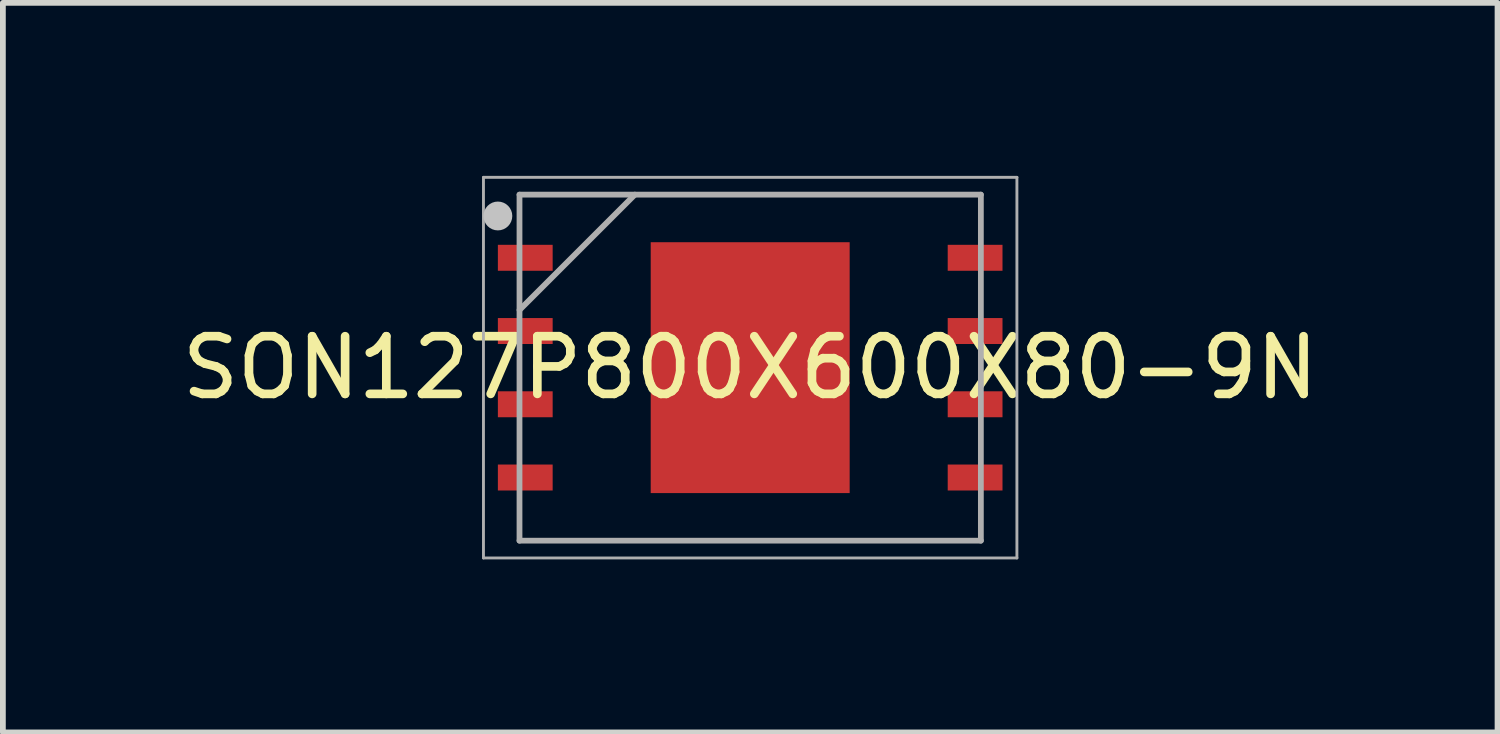
<source format=kicad_pcb>
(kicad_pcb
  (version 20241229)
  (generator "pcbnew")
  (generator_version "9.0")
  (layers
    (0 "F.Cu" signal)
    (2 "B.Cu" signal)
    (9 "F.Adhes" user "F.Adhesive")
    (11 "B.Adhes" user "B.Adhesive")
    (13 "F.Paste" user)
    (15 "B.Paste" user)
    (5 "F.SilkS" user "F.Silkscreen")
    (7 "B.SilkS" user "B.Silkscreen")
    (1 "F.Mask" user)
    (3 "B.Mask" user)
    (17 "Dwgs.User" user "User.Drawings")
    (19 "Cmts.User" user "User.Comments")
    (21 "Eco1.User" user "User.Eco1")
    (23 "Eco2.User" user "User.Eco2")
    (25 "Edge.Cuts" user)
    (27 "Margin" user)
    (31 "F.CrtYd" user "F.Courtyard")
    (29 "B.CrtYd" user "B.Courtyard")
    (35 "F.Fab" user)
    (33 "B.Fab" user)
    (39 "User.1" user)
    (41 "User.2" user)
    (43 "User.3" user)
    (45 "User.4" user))
  (footprint "SON127P800X600X80-9N"
    (layer "F.Cu")
    (at 9.958 3.325)
    (property "Reference" "SON127P800X600X80-9N" (at 0 0 0) (layer "F.SilkS") (effects (font (size 1 1) (thickness 0.15))))
    (attr smd)
    (fp_circle (center -4.375 -2.63) (end -4.25 -2.63) (stroke (width 0.25) (type solid)) (fill no) (layer "Dwgs.User"))
    (fp_line (start -4.625 -3.3) (end 4.625 -3.3) (stroke (width 0.05) (type solid)) (layer "F.Fab"))
    (fp_line (start -4.625 3.3) (end -4.625 -3.3) (stroke (width 0.05) (type solid)) (layer "F.Fab"))
    (fp_line (start -4 -3) (end 4 -3) (stroke (width 0.1) (type solid)) (layer "F.Fab"))
    (fp_line (start -4 -1) (end -2 -3) (stroke (width 0.1) (type solid)) (layer "F.Fab"))
    (fp_line (start -4 3) (end -4 -3) (stroke (width 0.1) (type solid)) (layer "F.Fab"))
    (fp_line (start 4 -3) (end 4 3) (stroke (width 0.1) (type solid)) (layer "F.Fab"))
    (fp_line (start 4 3) (end -4 3) (stroke (width 0.1) (type solid)) (layer "F.Fab"))
    (fp_line (start 4.625 -3.3) (end 4.625 3.3) (stroke (width 0.05) (type solid)) (layer "F.Fab"))
    (fp_line (start 4.625 3.3) (end -4.625 3.3) (stroke (width 0.05) (type solid)) (layer "F.Fab"))
    (pad "1" smd rect (at -3.9 -1.905) (size 0.95 0.45) (layers "F.Cu" "F.Mask" "F.Paste"))
    (pad "2" smd rect (at -3.9 -0.635) (size 0.95 0.45) (layers "F.Cu" "F.Mask" "F.Paste"))
    (pad "3" smd rect (at -3.9 0.635) (size 0.95 0.45) (layers "F.Cu" "F.Mask" "F.Paste"))
    (pad "4" smd rect (at -3.9 1.905) (size 0.95 0.45) (layers "F.Cu" "F.Mask" "F.Paste"))
    (pad "5" smd rect (at 3.9 1.905) (size 0.95 0.45) (layers "F.Cu" "F.Mask" "F.Paste"))
    (pad "6" smd rect (at 3.9 0.635) (size 0.95 0.45) (layers "F.Cu" "F.Mask" "F.Paste"))
    (pad "7" smd rect (at 3.9 -0.635) (size 0.95 0.45) (layers "F.Cu" "F.Mask" "F.Paste"))
    (pad "8" smd rect (at 3.9 -1.905) (size 0.95 0.45) (layers "F.Cu" "F.Mask" "F.Paste"))
    (pad "9" smd rect (at 0 0) (size 3.45 4.35) (layers "F.Cu" "F.Mask" "F.Paste")))
  (gr_rect
    (start -3 -3)
    (end 22.917 9.65)
    (stroke (width 0.1) (type default))
    (fill no)
    (layer "Edge.Cuts")))
</source>
